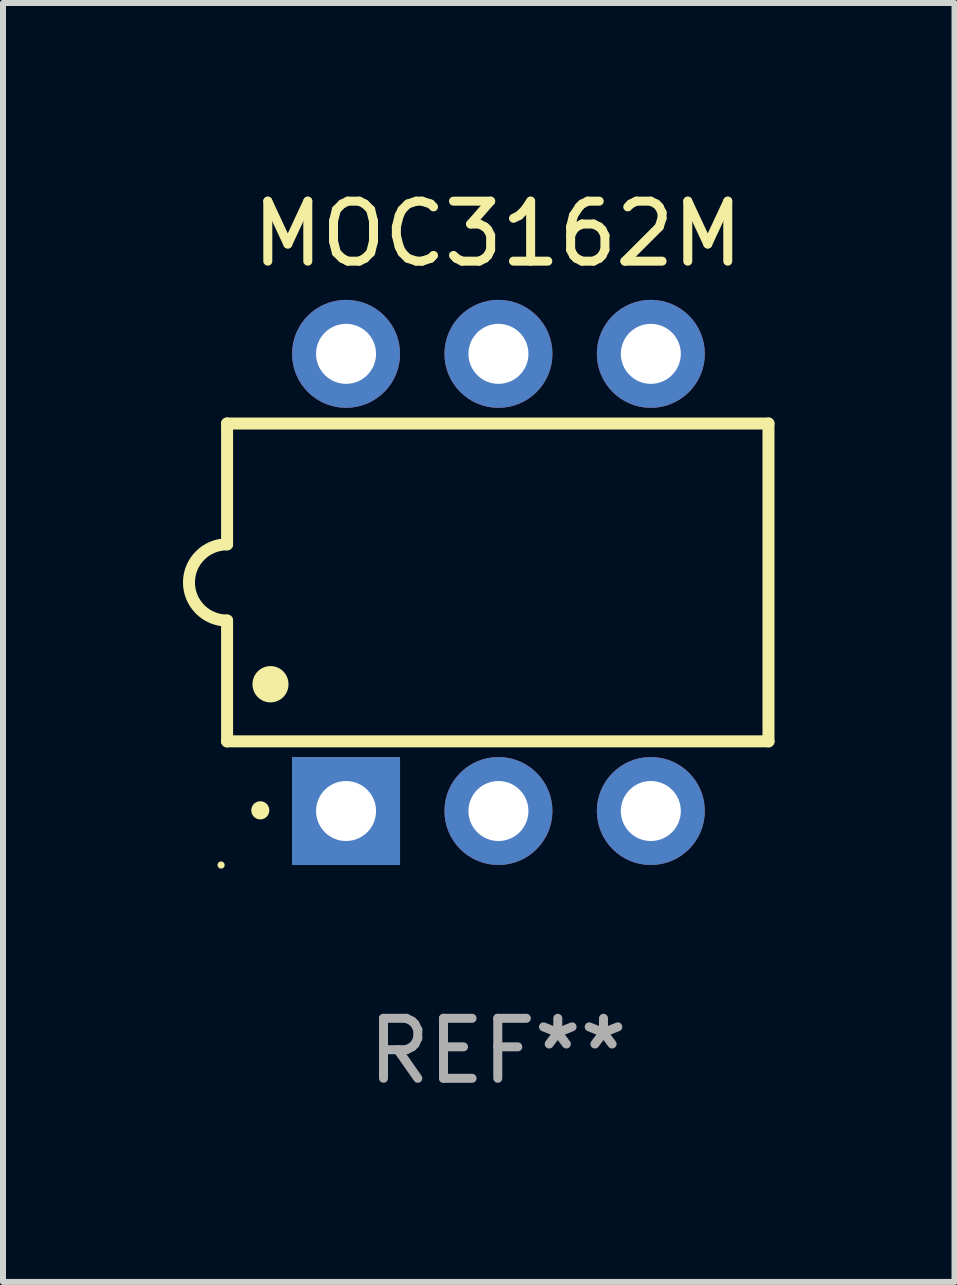
<source format=kicad_pcb>
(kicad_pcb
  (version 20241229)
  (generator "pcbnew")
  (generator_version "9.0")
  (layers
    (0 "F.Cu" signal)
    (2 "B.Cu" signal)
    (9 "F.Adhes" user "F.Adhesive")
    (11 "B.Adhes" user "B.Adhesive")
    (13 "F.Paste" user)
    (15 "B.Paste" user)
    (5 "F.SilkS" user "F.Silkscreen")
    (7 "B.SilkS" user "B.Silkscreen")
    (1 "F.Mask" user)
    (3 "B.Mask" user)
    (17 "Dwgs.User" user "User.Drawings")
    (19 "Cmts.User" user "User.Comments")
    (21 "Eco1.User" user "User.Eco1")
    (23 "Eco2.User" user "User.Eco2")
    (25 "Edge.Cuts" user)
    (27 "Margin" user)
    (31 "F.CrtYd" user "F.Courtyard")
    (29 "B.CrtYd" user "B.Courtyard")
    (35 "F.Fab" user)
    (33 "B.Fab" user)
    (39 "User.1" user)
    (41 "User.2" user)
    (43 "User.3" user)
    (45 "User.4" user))
  (footprint "MOC3162M"
    (layer "F.Cu")
    (at 5.247 6.658)
    (property "Reference" "MOC3162M" (at 0 -5.81 0) (layer "F.SilkS") (effects (font (size 1 1) (thickness 0.15))))
    (attr through_hole)
    (fp_line (start -4.512 -2.649) (end 4.512 -2.649) (stroke (width 0.2) (type solid)) (layer "F.SilkS"))
    (fp_line (start -4.512 -0.635) (end -4.512 -2.649) (stroke (width 0.2) (type solid)) (layer "F.SilkS"))
    (fp_line (start -4.512 2.649) (end -4.512 0.635) (stroke (width 0.2) (type solid)) (layer "F.SilkS"))
    (fp_line (start 4.512 -2.649) (end 4.512 2.649) (stroke (width 0.2) (type solid)) (layer "F.SilkS"))
    (fp_line (start 4.512 2.649) (end -4.512 2.649) (stroke (width 0.2) (type solid)) (layer "F.SilkS"))
    (fp_arc (start -4.512319 0.635001) (mid -5.14732 0) (end -4.512319 -0.635001) (stroke (width 0.2) (type solid)) (layer "F.SilkS"))
    (fp_arc (start -3.958598 3.799848) (mid -3.958603 3.798578) (end -3.958598 3.797308) (stroke (width 0.3) (type solid)) (layer "F.SilkS"))
    (fp_arc (start -3.788418 1.699263) (mid -3.788429 1.696723) (end -3.788418 1.694183) (stroke (width 0.6) (type solid)) (layer "F.SilkS"))
    (fp_circle (center -4.612 4.71) (end -4.582 4.71) (stroke (width 0.06) (type solid)) (fill no) (layer "F.SilkS"))
    (fp_text user "REF**" (at 0 7.81 0) (layer "F.Fab") (effects (font (size 1 1) (thickness 0.15))))
    (pad "1" thru_hole rect (at -2.529 3.81 90) (size 1.8 1.8) (drill 1) (layers "*.Cu" "*.Mask"))
    (pad "2" thru_hole circle (at 0.011 3.81) (size 1.8 1.8) (drill 1) (layers "*.Cu" "*.Mask"))
    (pad "3" thru_hole circle (at 2.551 3.81) (size 1.8 1.8) (drill 1) (layers "*.Cu" "*.Mask"))
    (pad "4" thru_hole circle (at 2.551 -3.81) (size 1.8 1.8) (drill 1) (layers "*.Cu" "*.Mask"))
    (pad "5" thru_hole circle (at 0.011 -3.81) (size 1.8 1.8) (drill 1) (layers "*.Cu" "*.Mask"))
    (pad "6" thru_hole circle (at -2.529 -3.81) (size 1.8 1.8) (drill 1) (layers "*.Cu" "*.Mask")))
  (gr_rect
    (start -3 -3)
    (end 12.86 18.317)
    (stroke (width 0.1) (type default))
    (fill no)
    (layer "Edge.Cuts")))
</source>
